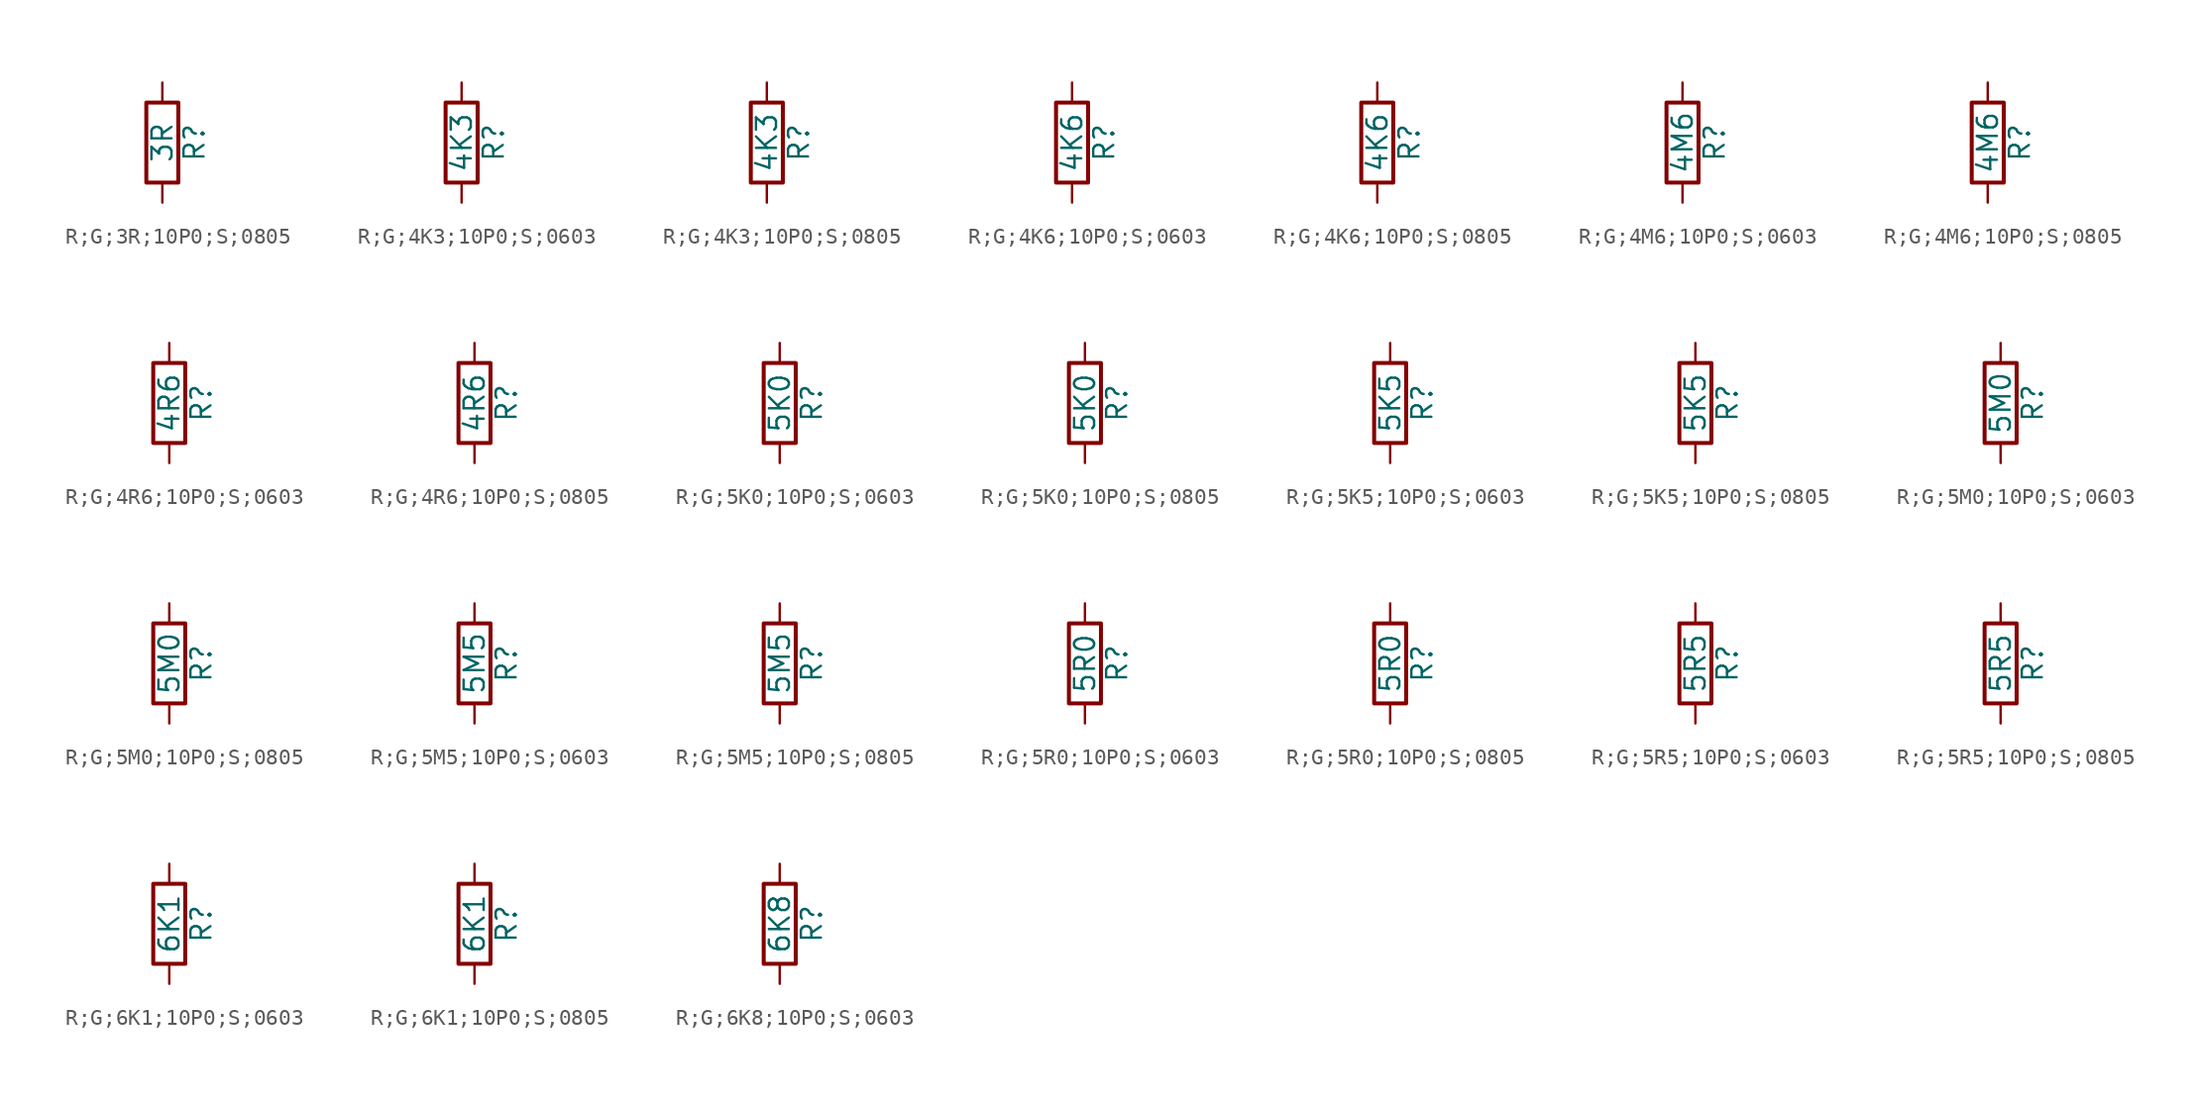
<source format=kicad_sym>
(kicad_symbol_lib
  (version 20231120)
  (generator "kicad_symbol_editor")
  (generator_version "8.0")
  (symbol "R;G;3R;10P0;S;0805"
    (pin_numbers hide)
    (pin_names
      (offset 0))
    (property "Reference" "R"
      (at 2.032 0 90)
      (effects (font (size 1.27 1.27))))
    (property "Value" "3R"
      (at 0 0 90)
      (effects (font (size 1.27 1.27))))
    (symbol "R;G;3R;10P0;S;0805_0_1"
      (rectangle (start -1.016 -2.54) (end 1.016 2.54) (stroke (width 0.254) (type default)) (fill (type none))))
    (symbol "R;G;3R;10P0;S;0805_1_1"
      (pin passive line (at 0 3.81 270) (length 1.27) (name "~" (effects (font (size 1.27 1.27)))) (number "1" (effects (font (size 1.27 1.27)))))
      (pin passive line (at 0 -3.81 90) (length 1.27) (name "~" (effects (font (size 1.27 1.27)))) (number "2" (effects (font (size 1.27 1.27)))))))
  (symbol "R;G;4K3;10P0;S;0603"
    (pin_numbers hide)
    (pin_names
      (offset 0))
    (property "Reference" "R"
      (at 2.032 0 90)
      (effects (font (size 1.27 1.27))))
    (property "Value" "4K3"
      (at 0 0 90)
      (effects (font (size 1.27 1.27))))
    (symbol "R;G;4K3;10P0;S;0603_0_1"
      (rectangle (start -1.016 -2.54) (end 1.016 2.54) (stroke (width 0.254) (type default)) (fill (type none))))
    (symbol "R;G;4K3;10P0;S;0603_1_1"
      (pin passive line (at 0 3.81 270) (length 1.27) (name "~" (effects (font (size 1.27 1.27)))) (number "1" (effects (font (size 1.27 1.27)))))
      (pin passive line (at 0 -3.81 90) (length 1.27) (name "~" (effects (font (size 1.27 1.27)))) (number "2" (effects (font (size 1.27 1.27)))))))
  (symbol "R;G;4K3;10P0;S;0805"
    (pin_numbers hide)
    (pin_names
      (offset 0))
    (property "Reference" "R"
      (at 2.032 0 90)
      (effects (font (size 1.27 1.27))))
    (property "Value" "4K3"
      (at 0 0 90)
      (effects (font (size 1.27 1.27))))
    (symbol "R;G;4K3;10P0;S;0805_0_1"
      (rectangle (start -1.016 -2.54) (end 1.016 2.54) (stroke (width 0.254) (type default)) (fill (type none))))
    (symbol "R;G;4K3;10P0;S;0805_1_1"
      (pin passive line (at 0 3.81 270) (length 1.27) (name "~" (effects (font (size 1.27 1.27)))) (number "1" (effects (font (size 1.27 1.27)))))
      (pin passive line (at 0 -3.81 90) (length 1.27) (name "~" (effects (font (size 1.27 1.27)))) (number "2" (effects (font (size 1.27 1.27)))))))
  (symbol "R;G;4K6;10P0;S;0603"
    (pin_numbers hide)
    (pin_names
      (offset 0))
    (property "Reference" "R"
      (at 2.032 0 90)
      (effects (font (size 1.27 1.27))))
    (property "Value" "4K6"
      (at 0 0 90)
      (effects (font (size 1.27 1.27))))
    (symbol "R;G;4K6;10P0;S;0603_0_1"
      (rectangle (start -1.016 -2.54) (end 1.016 2.54) (stroke (width 0.254) (type default)) (fill (type none))))
    (symbol "R;G;4K6;10P0;S;0603_1_1"
      (pin passive line (at 0 3.81 270) (length 1.27) (name "~" (effects (font (size 1.27 1.27)))) (number "1" (effects (font (size 1.27 1.27)))))
      (pin passive line (at 0 -3.81 90) (length 1.27) (name "~" (effects (font (size 1.27 1.27)))) (number "2" (effects (font (size 1.27 1.27)))))))
  (symbol "R;G;4K6;10P0;S;0805"
    (pin_numbers hide)
    (pin_names
      (offset 0))
    (property "Reference" "R"
      (at 2.032 0 90)
      (effects (font (size 1.27 1.27))))
    (property "Value" "4K6"
      (at 0 0 90)
      (effects (font (size 1.27 1.27))))
    (symbol "R;G;4K6;10P0;S;0805_0_1"
      (rectangle (start -1.016 -2.54) (end 1.016 2.54) (stroke (width 0.254) (type default)) (fill (type none))))
    (symbol "R;G;4K6;10P0;S;0805_1_1"
      (pin passive line (at 0 3.81 270) (length 1.27) (name "~" (effects (font (size 1.27 1.27)))) (number "1" (effects (font (size 1.27 1.27)))))
      (pin passive line (at 0 -3.81 90) (length 1.27) (name "~" (effects (font (size 1.27 1.27)))) (number "2" (effects (font (size 1.27 1.27)))))))
  (symbol "R;G;4M6;10P0;S;0603"
    (pin_numbers hide)
    (pin_names
      (offset 0))
    (property "Reference" "R"
      (at 2.032 0 90)
      (effects (font (size 1.27 1.27))))
    (property "Value" "4M6"
      (at 0 0 90)
      (effects (font (size 1.27 1.27))))
    (symbol "R;G;4M6;10P0;S;0603_0_1"
      (rectangle (start -1.016 -2.54) (end 1.016 2.54) (stroke (width 0.254) (type default)) (fill (type none))))
    (symbol "R;G;4M6;10P0;S;0603_1_1"
      (pin passive line (at 0 3.81 270) (length 1.27) (name "~" (effects (font (size 1.27 1.27)))) (number "1" (effects (font (size 1.27 1.27)))))
      (pin passive line (at 0 -3.81 90) (length 1.27) (name "~" (effects (font (size 1.27 1.27)))) (number "2" (effects (font (size 1.27 1.27)))))))
  (symbol "R;G;4M6;10P0;S;0805"
    (pin_numbers hide)
    (pin_names
      (offset 0))
    (property "Reference" "R"
      (at 2.032 0 90)
      (effects (font (size 1.27 1.27))))
    (property "Value" "4M6"
      (at 0 0 90)
      (effects (font (size 1.27 1.27))))
    (symbol "R;G;4M6;10P0;S;0805_0_1"
      (rectangle (start -1.016 -2.54) (end 1.016 2.54) (stroke (width 0.254) (type default)) (fill (type none))))
    (symbol "R;G;4M6;10P0;S;0805_1_1"
      (pin passive line (at 0 3.81 270) (length 1.27) (name "~" (effects (font (size 1.27 1.27)))) (number "1" (effects (font (size 1.27 1.27)))))
      (pin passive line (at 0 -3.81 90) (length 1.27) (name "~" (effects (font (size 1.27 1.27)))) (number "2" (effects (font (size 1.27 1.27)))))))
  (symbol "R;G;4R6;10P0;S;0603"
    (pin_numbers hide)
    (pin_names
      (offset 0))
    (property "Reference" "R"
      (at 2.032 0 90)
      (effects (font (size 1.27 1.27))))
    (property "Value" "4R6"
      (at 0 0 90)
      (effects (font (size 1.27 1.27))))
    (symbol "R;G;4R6;10P0;S;0603_0_1"
      (rectangle (start -1.016 -2.54) (end 1.016 2.54) (stroke (width 0.254) (type default)) (fill (type none))))
    (symbol "R;G;4R6;10P0;S;0603_1_1"
      (pin passive line (at 0 3.81 270) (length 1.27) (name "~" (effects (font (size 1.27 1.27)))) (number "1" (effects (font (size 1.27 1.27)))))
      (pin passive line (at 0 -3.81 90) (length 1.27) (name "~" (effects (font (size 1.27 1.27)))) (number "2" (effects (font (size 1.27 1.27)))))))
  (symbol "R;G;4R6;10P0;S;0805"
    (pin_numbers hide)
    (pin_names
      (offset 0))
    (property "Reference" "R"
      (at 2.032 0 90)
      (effects (font (size 1.27 1.27))))
    (property "Value" "4R6"
      (at 0 0 90)
      (effects (font (size 1.27 1.27))))
    (symbol "R;G;4R6;10P0;S;0805_0_1"
      (rectangle (start -1.016 -2.54) (end 1.016 2.54) (stroke (width 0.254) (type default)) (fill (type none))))
    (symbol "R;G;4R6;10P0;S;0805_1_1"
      (pin passive line (at 0 3.81 270) (length 1.27) (name "~" (effects (font (size 1.27 1.27)))) (number "1" (effects (font (size 1.27 1.27)))))
      (pin passive line (at 0 -3.81 90) (length 1.27) (name "~" (effects (font (size 1.27 1.27)))) (number "2" (effects (font (size 1.27 1.27)))))))
  (symbol "R;G;5K0;10P0;S;0603"
    (pin_numbers hide)
    (pin_names
      (offset 0))
    (property "Reference" "R"
      (at 2.032 0 90)
      (effects (font (size 1.27 1.27))))
    (property "Value" "5K0"
      (at 0 0 90)
      (effects (font (size 1.27 1.27))))
    (symbol "R;G;5K0;10P0;S;0603_0_1"
      (rectangle (start -1.016 -2.54) (end 1.016 2.54) (stroke (width 0.254) (type default)) (fill (type none))))
    (symbol "R;G;5K0;10P0;S;0603_1_1"
      (pin passive line (at 0 3.81 270) (length 1.27) (name "~" (effects (font (size 1.27 1.27)))) (number "1" (effects (font (size 1.27 1.27)))))
      (pin passive line (at 0 -3.81 90) (length 1.27) (name "~" (effects (font (size 1.27 1.27)))) (number "2" (effects (font (size 1.27 1.27)))))))
  (symbol "R;G;5K0;10P0;S;0805"
    (pin_numbers hide)
    (pin_names
      (offset 0))
    (property "Reference" "R"
      (at 2.032 0 90)
      (effects (font (size 1.27 1.27))))
    (property "Value" "5K0"
      (at 0 0 90)
      (effects (font (size 1.27 1.27))))
    (symbol "R;G;5K0;10P0;S;0805_0_1"
      (rectangle (start -1.016 -2.54) (end 1.016 2.54) (stroke (width 0.254) (type default)) (fill (type none))))
    (symbol "R;G;5K0;10P0;S;0805_1_1"
      (pin passive line (at 0 3.81 270) (length 1.27) (name "~" (effects (font (size 1.27 1.27)))) (number "1" (effects (font (size 1.27 1.27)))))
      (pin passive line (at 0 -3.81 90) (length 1.27) (name "~" (effects (font (size 1.27 1.27)))) (number "2" (effects (font (size 1.27 1.27)))))))
  (symbol "R;G;5K5;10P0;S;0603"
    (pin_numbers hide)
    (pin_names
      (offset 0))
    (property "Reference" "R"
      (at 2.032 0 90)
      (effects (font (size 1.27 1.27))))
    (property "Value" "5K5"
      (at 0 0 90)
      (effects (font (size 1.27 1.27))))
    (symbol "R;G;5K5;10P0;S;0603_0_1"
      (rectangle (start -1.016 -2.54) (end 1.016 2.54) (stroke (width 0.254) (type default)) (fill (type none))))
    (symbol "R;G;5K5;10P0;S;0603_1_1"
      (pin passive line (at 0 3.81 270) (length 1.27) (name "~" (effects (font (size 1.27 1.27)))) (number "1" (effects (font (size 1.27 1.27)))))
      (pin passive line (at 0 -3.81 90) (length 1.27) (name "~" (effects (font (size 1.27 1.27)))) (number "2" (effects (font (size 1.27 1.27)))))))
  (symbol "R;G;5K5;10P0;S;0805"
    (pin_numbers hide)
    (pin_names
      (offset 0))
    (property "Reference" "R"
      (at 2.032 0 90)
      (effects (font (size 1.27 1.27))))
    (property "Value" "5K5"
      (at 0 0 90)
      (effects (font (size 1.27 1.27))))
    (symbol "R;G;5K5;10P0;S;0805_0_1"
      (rectangle (start -1.016 -2.54) (end 1.016 2.54) (stroke (width 0.254) (type default)) (fill (type none))))
    (symbol "R;G;5K5;10P0;S;0805_1_1"
      (pin passive line (at 0 3.81 270) (length 1.27) (name "~" (effects (font (size 1.27 1.27)))) (number "1" (effects (font (size 1.27 1.27)))))
      (pin passive line (at 0 -3.81 90) (length 1.27) (name "~" (effects (font (size 1.27 1.27)))) (number "2" (effects (font (size 1.27 1.27)))))))
  (symbol "R;G;5M0;10P0;S;0603"
    (pin_numbers hide)
    (pin_names
      (offset 0))
    (property "Reference" "R"
      (at 2.032 0 90)
      (effects (font (size 1.27 1.27))))
    (property "Value" "5M0"
      (at 0 0 90)
      (effects (font (size 1.27 1.27))))
    (symbol "R;G;5M0;10P0;S;0603_0_1"
      (rectangle (start -1.016 -2.54) (end 1.016 2.54) (stroke (width 0.254) (type default)) (fill (type none))))
    (symbol "R;G;5M0;10P0;S;0603_1_1"
      (pin passive line (at 0 3.81 270) (length 1.27) (name "~" (effects (font (size 1.27 1.27)))) (number "1" (effects (font (size 1.27 1.27)))))
      (pin passive line (at 0 -3.81 90) (length 1.27) (name "~" (effects (font (size 1.27 1.27)))) (number "2" (effects (font (size 1.27 1.27)))))))
  (symbol "R;G;5M0;10P0;S;0805"
    (pin_numbers hide)
    (pin_names
      (offset 0))
    (property "Reference" "R"
      (at 2.032 0 90)
      (effects (font (size 1.27 1.27))))
    (property "Value" "5M0"
      (at 0 0 90)
      (effects (font (size 1.27 1.27))))
    (symbol "R;G;5M0;10P0;S;0805_0_1"
      (rectangle (start -1.016 -2.54) (end 1.016 2.54) (stroke (width 0.254) (type default)) (fill (type none))))
    (symbol "R;G;5M0;10P0;S;0805_1_1"
      (pin passive line (at 0 3.81 270) (length 1.27) (name "~" (effects (font (size 1.27 1.27)))) (number "1" (effects (font (size 1.27 1.27)))))
      (pin passive line (at 0 -3.81 90) (length 1.27) (name "~" (effects (font (size 1.27 1.27)))) (number "2" (effects (font (size 1.27 1.27)))))))
  (symbol "R;G;5M5;10P0;S;0603"
    (pin_numbers hide)
    (pin_names
      (offset 0))
    (property "Reference" "R"
      (at 2.032 0 90)
      (effects (font (size 1.27 1.27))))
    (property "Value" "5M5"
      (at 0 0 90)
      (effects (font (size 1.27 1.27))))
    (symbol "R;G;5M5;10P0;S;0603_0_1"
      (rectangle (start -1.016 -2.54) (end 1.016 2.54) (stroke (width 0.254) (type default)) (fill (type none))))
    (symbol "R;G;5M5;10P0;S;0603_1_1"
      (pin passive line (at 0 3.81 270) (length 1.27) (name "~" (effects (font (size 1.27 1.27)))) (number "1" (effects (font (size 1.27 1.27)))))
      (pin passive line (at 0 -3.81 90) (length 1.27) (name "~" (effects (font (size 1.27 1.27)))) (number "2" (effects (font (size 1.27 1.27)))))))
  (symbol "R;G;5M5;10P0;S;0805"
    (pin_numbers hide)
    (pin_names
      (offset 0))
    (property "Reference" "R"
      (at 2.032 0 90)
      (effects (font (size 1.27 1.27))))
    (property "Value" "5M5"
      (at 0 0 90)
      (effects (font (size 1.27 1.27))))
    (symbol "R;G;5M5;10P0;S;0805_0_1"
      (rectangle (start -1.016 -2.54) (end 1.016 2.54) (stroke (width 0.254) (type default)) (fill (type none))))
    (symbol "R;G;5M5;10P0;S;0805_1_1"
      (pin passive line (at 0 3.81 270) (length 1.27) (name "~" (effects (font (size 1.27 1.27)))) (number "1" (effects (font (size 1.27 1.27)))))
      (pin passive line (at 0 -3.81 90) (length 1.27) (name "~" (effects (font (size 1.27 1.27)))) (number "2" (effects (font (size 1.27 1.27)))))))
  (symbol "R;G;5R0;10P0;S;0603"
    (pin_numbers hide)
    (pin_names
      (offset 0))
    (property "Reference" "R"
      (at 2.032 0 90)
      (effects (font (size 1.27 1.27))))
    (property "Value" "5R0"
      (at 0 0 90)
      (effects (font (size 1.27 1.27))))
    (symbol "R;G;5R0;10P0;S;0603_0_1"
      (rectangle (start -1.016 -2.54) (end 1.016 2.54) (stroke (width 0.254) (type default)) (fill (type none))))
    (symbol "R;G;5R0;10P0;S;0603_1_1"
      (pin passive line (at 0 3.81 270) (length 1.27) (name "~" (effects (font (size 1.27 1.27)))) (number "1" (effects (font (size 1.27 1.27)))))
      (pin passive line (at 0 -3.81 90) (length 1.27) (name "~" (effects (font (size 1.27 1.27)))) (number "2" (effects (font (size 1.27 1.27)))))))
  (symbol "R;G;5R0;10P0;S;0805"
    (pin_numbers hide)
    (pin_names
      (offset 0))
    (property "Reference" "R"
      (at 2.032 0 90)
      (effects (font (size 1.27 1.27))))
    (property "Value" "5R0"
      (at 0 0 90)
      (effects (font (size 1.27 1.27))))
    (symbol "R;G;5R0;10P0;S;0805_0_1"
      (rectangle (start -1.016 -2.54) (end 1.016 2.54) (stroke (width 0.254) (type default)) (fill (type none))))
    (symbol "R;G;5R0;10P0;S;0805_1_1"
      (pin passive line (at 0 3.81 270) (length 1.27) (name "~" (effects (font (size 1.27 1.27)))) (number "1" (effects (font (size 1.27 1.27)))))
      (pin passive line (at 0 -3.81 90) (length 1.27) (name "~" (effects (font (size 1.27 1.27)))) (number "2" (effects (font (size 1.27 1.27)))))))
  (symbol "R;G;5R5;10P0;S;0603"
    (pin_numbers hide)
    (pin_names
      (offset 0))
    (property "Reference" "R"
      (at 2.032 0 90)
      (effects (font (size 1.27 1.27))))
    (property "Value" "5R5"
      (at 0 0 90)
      (effects (font (size 1.27 1.27))))
    (symbol "R;G;5R5;10P0;S;0603_0_1"
      (rectangle (start -1.016 -2.54) (end 1.016 2.54) (stroke (width 0.254) (type default)) (fill (type none))))
    (symbol "R;G;5R5;10P0;S;0603_1_1"
      (pin passive line (at 0 3.81 270) (length 1.27) (name "~" (effects (font (size 1.27 1.27)))) (number "1" (effects (font (size 1.27 1.27)))))
      (pin passive line (at 0 -3.81 90) (length 1.27) (name "~" (effects (font (size 1.27 1.27)))) (number "2" (effects (font (size 1.27 1.27)))))))
  (symbol "R;G;5R5;10P0;S;0805"
    (pin_numbers hide)
    (pin_names
      (offset 0))
    (property "Reference" "R"
      (at 2.032 0 90)
      (effects (font (size 1.27 1.27))))
    (property "Value" "5R5"
      (at 0 0 90)
      (effects (font (size 1.27 1.27))))
    (symbol "R;G;5R5;10P0;S;0805_0_1"
      (rectangle (start -1.016 -2.54) (end 1.016 2.54) (stroke (width 0.254) (type default)) (fill (type none))))
    (symbol "R;G;5R5;10P0;S;0805_1_1"
      (pin passive line (at 0 3.81 270) (length 1.27) (name "~" (effects (font (size 1.27 1.27)))) (number "1" (effects (font (size 1.27 1.27)))))
      (pin passive line (at 0 -3.81 90) (length 1.27) (name "~" (effects (font (size 1.27 1.27)))) (number "2" (effects (font (size 1.27 1.27)))))))
  (symbol "R;G;6K1;10P0;S;0603"
    (pin_numbers hide)
    (pin_names
      (offset 0))
    (property "Reference" "R"
      (at 2.032 0 90)
      (effects (font (size 1.27 1.27))))
    (property "Value" "6K1"
      (at 0 0 90)
      (effects (font (size 1.27 1.27))))
    (symbol "R;G;6K1;10P0;S;0603_0_1"
      (rectangle (start -1.016 -2.54) (end 1.016 2.54) (stroke (width 0.254) (type default)) (fill (type none))))
    (symbol "R;G;6K1;10P0;S;0603_1_1"
      (pin passive line (at 0 3.81 270) (length 1.27) (name "~" (effects (font (size 1.27 1.27)))) (number "1" (effects (font (size 1.27 1.27)))))
      (pin passive line (at 0 -3.81 90) (length 1.27) (name "~" (effects (font (size 1.27 1.27)))) (number "2" (effects (font (size 1.27 1.27)))))))
  (symbol "R;G;6K1;10P0;S;0805"
    (pin_numbers hide)
    (pin_names
      (offset 0))
    (property "Reference" "R"
      (at 2.032 0 90)
      (effects (font (size 1.27 1.27))))
    (property "Value" "6K1"
      (at 0 0 90)
      (effects (font (size 1.27 1.27))))
    (symbol "R;G;6K1;10P0;S;0805_0_1"
      (rectangle (start -1.016 -2.54) (end 1.016 2.54) (stroke (width 0.254) (type default)) (fill (type none))))
    (symbol "R;G;6K1;10P0;S;0805_1_1"
      (pin passive line (at 0 3.81 270) (length 1.27) (name "~" (effects (font (size 1.27 1.27)))) (number "1" (effects (font (size 1.27 1.27)))))
      (pin passive line (at 0 -3.81 90) (length 1.27) (name "~" (effects (font (size 1.27 1.27)))) (number "2" (effects (font (size 1.27 1.27)))))))
  (symbol "R;G;6K8;10P0;S;0603"
    (pin_numbers hide)
    (pin_names
      (offset 0))
    (property "Reference" "R"
      (at 2.032 0 90)
      (effects (font (size 1.27 1.27))))
    (property "Value" "6K8"
      (at 0 0 90)
      (effects (font (size 1.27 1.27))))
    (symbol "R;G;6K8;10P0;S;0603_0_1"
      (rectangle (start -1.016 -2.54) (end 1.016 2.54) (stroke (width 0.254) (type default)) (fill (type none))))
    (symbol "R;G;6K8;10P0;S;0603_1_1"
      (pin passive line (at 0 3.81 270) (length 1.27) (name "~" (effects (font (size 1.27 1.27)))) (number "1" (effects (font (size 1.27 1.27)))))
      (pin passive line (at 0 -3.81 90) (length 1.27) (name "~" (effects (font (size 1.27 1.27)))) (number "2" (effects (font (size 1.27 1.27))))))))
</source>
